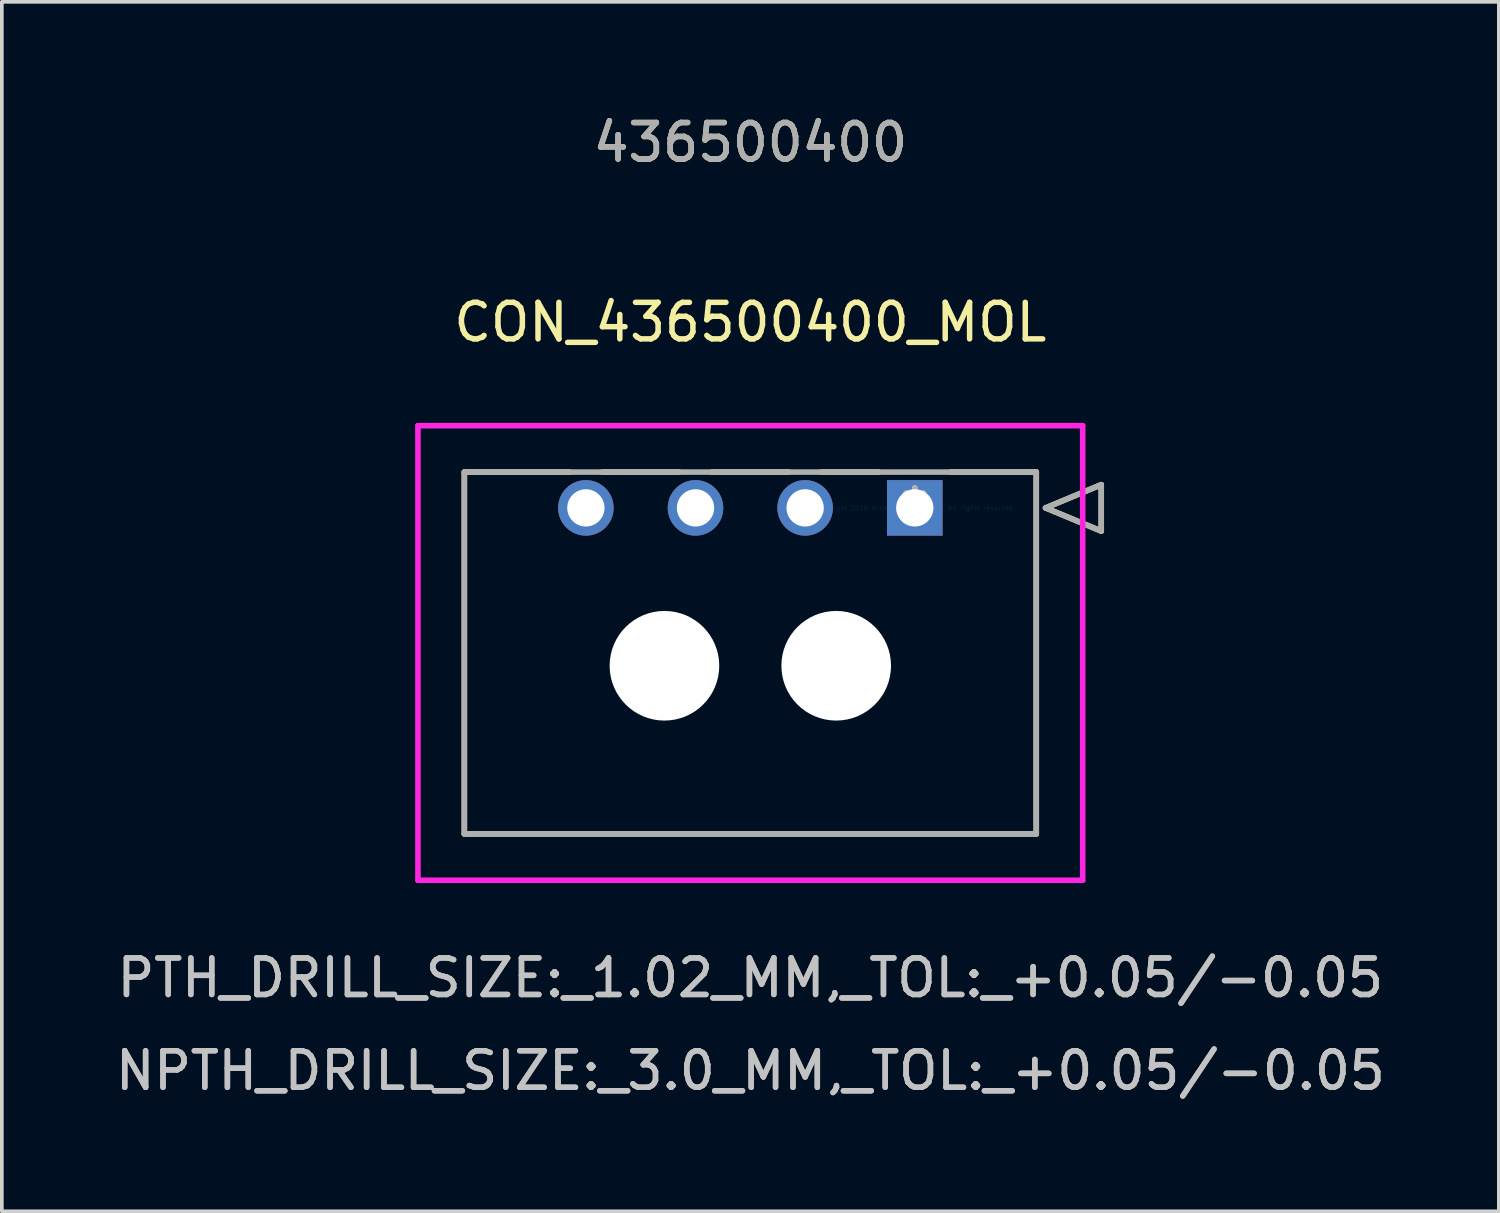
<source format=kicad_pcb>
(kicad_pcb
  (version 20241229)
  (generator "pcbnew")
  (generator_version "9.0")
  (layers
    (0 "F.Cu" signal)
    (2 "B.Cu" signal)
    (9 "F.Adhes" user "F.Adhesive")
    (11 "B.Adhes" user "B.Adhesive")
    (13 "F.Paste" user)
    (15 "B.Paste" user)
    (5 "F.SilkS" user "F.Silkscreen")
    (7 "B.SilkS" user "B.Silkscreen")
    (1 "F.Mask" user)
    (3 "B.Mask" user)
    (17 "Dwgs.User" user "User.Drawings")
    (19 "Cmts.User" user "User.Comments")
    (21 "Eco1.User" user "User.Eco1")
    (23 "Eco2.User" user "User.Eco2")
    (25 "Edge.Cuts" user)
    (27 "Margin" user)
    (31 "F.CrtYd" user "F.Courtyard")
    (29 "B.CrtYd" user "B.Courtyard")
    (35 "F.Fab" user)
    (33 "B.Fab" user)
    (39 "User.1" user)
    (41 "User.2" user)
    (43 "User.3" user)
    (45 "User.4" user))
  (footprint "CON_436500400_MOL"
    (layer "F.Cu")
    (at 21.982 10.848)
    (property "Reference" "CON_436500400_MOL" (at -4.5 -5.08 0) (layer "F.SilkS") (effects (font (size 1 1) (thickness 0.15))))
    (attr through_hole)
    (fp_line (start -12.325 -0.98) (end -12.325 8.92) (stroke (width 0.152) (type solid)) (layer "F.SilkS"))
    (fp_line (start -12.325 8.92) (end 3.325 8.92) (stroke (width 0.152) (type solid)) (layer "F.SilkS"))
    (fp_line (start -9.448 -0.98) (end -12.325 -0.98) (stroke (width 0.152) (type solid)) (layer "F.SilkS"))
    (fp_line (start -6.448 -0.98) (end -8.552 -0.98) (stroke (width 0.152) (type solid)) (layer "F.SilkS"))
    (fp_line (start -3.448 -0.98) (end -5.552 -0.98) (stroke (width 0.152) (type solid)) (layer "F.SilkS"))
    (fp_line (start -0.989 -0.98) (end -2.552 -0.98) (stroke (width 0.152) (type solid)) (layer "F.SilkS"))
    (fp_line (start 3.325 -0.98) (end 0.989 -0.98) (stroke (width 0.152) (type solid)) (layer "F.SilkS"))
    (fp_line (start 3.325 8.92) (end 3.325 -0.98) (stroke (width 0.152) (type solid)) (layer "F.SilkS"))
    (fp_line (start 3.579 0) (end 5.103 -0.635) (stroke (width 0.152) (type solid)) (layer "F.SilkS"))
    (fp_line (start 5.103 -0.635) (end 5.103 0.635) (stroke (width 0.152) (type solid)) (layer "F.SilkS"))
    (fp_line (start 5.103 0.635) (end 3.579 0) (stroke (width 0.152) (type solid)) (layer "F.SilkS"))
    (fp_line (start -13.595 -2.25) (end -13.595 10.19) (stroke (width 0.152) (type solid)) (layer "F.CrtYd"))
    (fp_line (start -13.595 10.19) (end 4.595 10.19) (stroke (width 0.152) (type solid)) (layer "F.CrtYd"))
    (fp_line (start 4.595 -2.25) (end -13.595 -2.25) (stroke (width 0.152) (type solid)) (layer "F.CrtYd"))
    (fp_line (start 4.595 10.19) (end 4.595 -2.25) (stroke (width 0.152) (type solid)) (layer "F.CrtYd"))
    (fp_line (start -12.325 -0.98) (end -12.325 8.92) (stroke (width 0.152) (type solid)) (layer "F.Fab"))
    (fp_line (start -12.325 8.92) (end 3.325 8.92) (stroke (width 0.152) (type solid)) (layer "F.Fab"))
    (fp_line (start 3.325 -0.98) (end -12.325 -0.98) (stroke (width 0.152) (type solid)) (layer "F.Fab"))
    (fp_line (start 3.325 8.92) (end 3.325 -0.98) (stroke (width 0.152) (type solid)) (layer "F.Fab"))
    (fp_line (start 3.579 0) (end 5.103 -0.635) (stroke (width 0.152) (type solid)) (layer "F.Fab"))
    (fp_line (start 5.103 -0.635) (end 5.103 0.635) (stroke (width 0.152) (type solid)) (layer "F.Fab"))
    (fp_line (start 5.103 0.635) (end 3.579 0) (stroke (width 0.152) (type solid)) (layer "F.Fab"))
    (fp_text user "*" (at 0 0 0) (layer "F.SilkS") (effects (font (size 1 1) (thickness 0.15))))
    (fp_text user "436500400" (at -4.5 -10 0) (layer "F.SilkS") (effects (font (size 1 1) (thickness 0.15))))
    (fp_text user "PTH_DRILL_SIZE:_1.02_MM,_TOL:_+0.05/-0.05" (at -4.5 12.86 0) (layer "Dwgs.User") (effects (font (size 1 1) (thickness 0.15))))
    (fp_text user "NPTH_DRILL_SIZE:_3.0_MM,_TOL:_+0.05/-0.05" (at -4.5 15.4 0) (layer "Dwgs.User") (effects (font (size 1 1) (thickness 0.15))))
    (fp_text user "PTH_DRILL_SIZE:_1.02_MM,_TOL:_+0.05/-0.05" (at -4.5 12.86 0) (layer "Dwgs.User") (effects (font (size 1 1) (thickness 0.15))))
    (fp_text user "NPTH_DRILL_SIZE:_3.0_MM,_TOL:_+0.05/-0.05" (at -4.5 15.4 0) (layer "Dwgs.User") (effects (font (size 1 1) (thickness 0.15))))
    (fp_text user "Copyright 2016 Accelerated Designs. All rights reserved." (at 0 0 0) (layer "Cmts.User") (effects (font (size 0.127 0.127) (thickness 0.002))))
    (fp_text user "436500400" (at -4.5 -10 0) (layer "F.Fab") (effects (font (size 1 1) (thickness 0.15))))
    (fp_text user "*" (at 0 0 0) (layer "F.Fab") (effects (font (size 1 1) (thickness 0.15))))
    (pad "" np_thru_hole circle (at -6.85 4.32) (size 3 3) (drill 3) (layers "*.Cu" "*.Mask"))
    (pad "" np_thru_hole circle (at -2.15 4.32) (size 3 3) (drill 3) (layers "*.Cu" "*.Mask"))
    (pad "1" thru_hole rect (at 0 0) (size 1.52 1.52) (drill 1.02) (layers "*.Cu" "*.Mask"))
    (pad "2" thru_hole circle (at -3 0) (size 1.52 1.52) (drill 1.02) (layers "*.Cu" "*.Mask"))
    (pad "3" thru_hole circle (at -6 0) (size 1.52 1.52) (drill 1.02) (layers "*.Cu" "*.Mask"))
    (pad "4" thru_hole circle (at -9 0) (size 1.52 1.52) (drill 1.02) (layers "*.Cu" "*.Mask")))
  (gr_rect
    (start -3 -3)
    (end 37.964 30.096)
    (stroke (width 0.1) (type default))
    (fill no)
    (layer "Edge.Cuts")))
</source>
